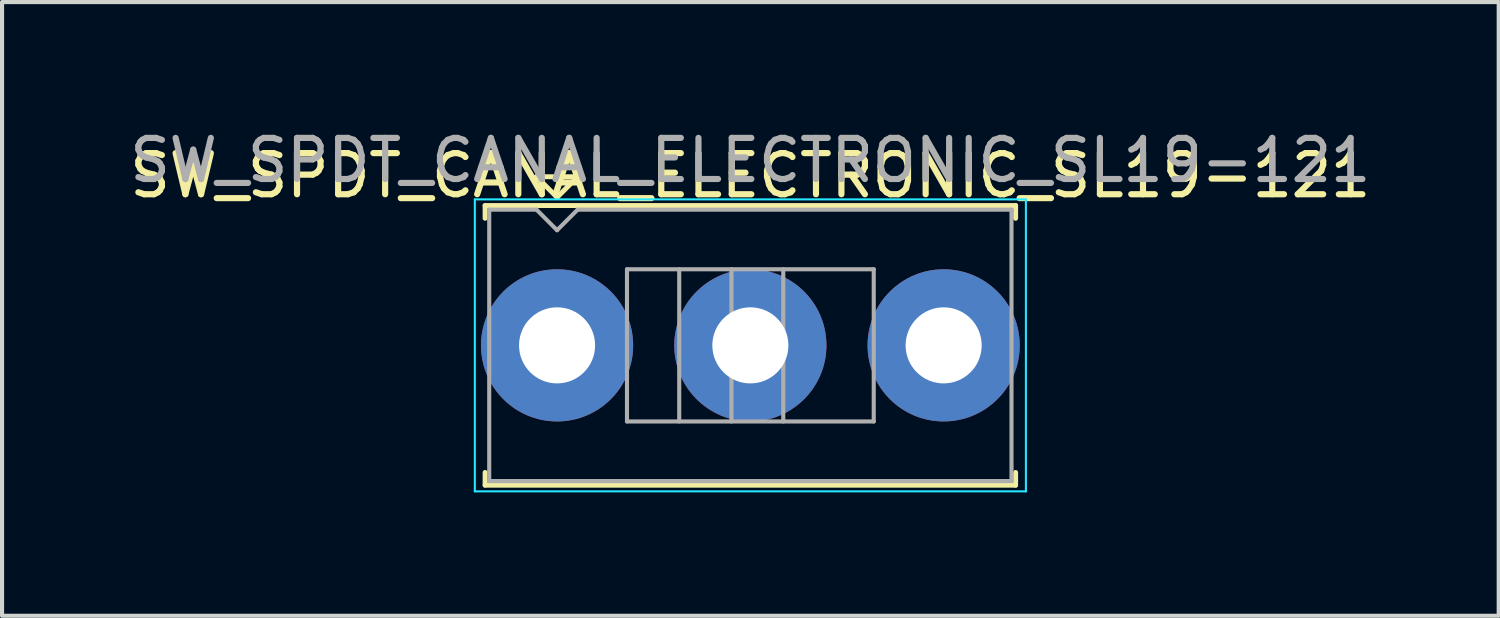
<source format=kicad_pcb>
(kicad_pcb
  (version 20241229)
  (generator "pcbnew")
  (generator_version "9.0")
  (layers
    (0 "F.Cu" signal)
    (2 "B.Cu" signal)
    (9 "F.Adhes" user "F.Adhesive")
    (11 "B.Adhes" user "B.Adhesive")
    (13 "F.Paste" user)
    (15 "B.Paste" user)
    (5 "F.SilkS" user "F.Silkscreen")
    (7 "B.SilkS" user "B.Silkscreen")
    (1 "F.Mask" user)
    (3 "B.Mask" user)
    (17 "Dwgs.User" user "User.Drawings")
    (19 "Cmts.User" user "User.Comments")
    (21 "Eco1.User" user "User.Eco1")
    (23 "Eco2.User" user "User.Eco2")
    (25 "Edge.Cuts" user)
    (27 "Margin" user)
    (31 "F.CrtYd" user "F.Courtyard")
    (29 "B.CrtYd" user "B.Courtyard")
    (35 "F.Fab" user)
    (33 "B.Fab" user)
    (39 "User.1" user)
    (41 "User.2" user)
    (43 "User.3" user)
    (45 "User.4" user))
  (footprint "SW_SPDT_CANAL_ELECTRONIC_SL19-121"
    (layer "F.Cu")
    (at 10.496 5.348)
    (property "Reference" "SW_SPDT_CANAL_ELECTRONIC_SL19-121" (at 4.7 -4.13 0) (layer "F.SilkS") (effects (font (size 1 1) (thickness 0.15))))
    (attr through_hole)
    (fp_line (start -1.75 -3.4) (end 11.15 -3.4) (stroke (width 0.12) (type solid)) (layer "F.SilkS"))
    (fp_line (start -1.75 -3.09) (end -1.75 -3.4) (stroke (width 0.12) (type solid)) (layer "F.SilkS"))
    (fp_line (start -1.75 3.4) (end -1.75 3.09) (stroke (width 0.12) (type solid)) (layer "F.SilkS"))
    (fp_line (start -0.5 -4.1) (end 0 -3.6) (stroke (width 0.12) (type solid)) (layer "F.SilkS"))
    (fp_line (start 0 -3.6) (end 0.5 -4.1) (stroke (width 0.12) (type solid)) (layer "F.SilkS"))
    (fp_line (start 0.5 -4.1) (end -0.5 -4.1) (stroke (width 0.12) (type solid)) (layer "F.SilkS"))
    (fp_line (start 11.15 -3.4) (end 11.15 -3.09) (stroke (width 0.12) (type solid)) (layer "F.SilkS"))
    (fp_line (start 11.15 3.4) (end -1.75 3.4) (stroke (width 0.12) (type solid)) (layer "F.SilkS"))
    (fp_line (start 11.15 3.4) (end 11.15 3.09) (stroke (width 0.12) (type solid)) (layer "F.SilkS"))
    (fp_line (start -2 -3.55) (end 11.4 -3.55) (stroke (width 0.05) (type solid)) (layer "B.CrtYd"))
    (fp_line (start -2 3.55) (end -2 -3.55) (stroke (width 0.05) (type solid)) (layer "B.CrtYd"))
    (fp_line (start 11.4 -3.55) (end 11.4 3.55) (stroke (width 0.05) (type solid)) (layer "B.CrtYd"))
    (fp_line (start 11.4 3.55) (end -2 3.55) (stroke (width 0.05) (type solid)) (layer "B.CrtYd"))
    (fp_line (start -1.65 -3.3) (end -0.5 -3.3) (stroke (width 0.1) (type solid)) (layer "F.Fab"))
    (fp_line (start -1.65 3.3) (end -1.65 -3.3) (stroke (width 0.1) (type solid)) (layer "F.Fab"))
    (fp_line (start -0.5 -3.3) (end 0 -2.8) (stroke (width 0.1) (type solid)) (layer "F.Fab"))
    (fp_line (start 0 -2.8) (end 0.5 -3.3) (stroke (width 0.1) (type solid)) (layer "F.Fab"))
    (fp_line (start 0.5 -3.3) (end 11.05 -3.3) (stroke (width 0.1) (type solid)) (layer "F.Fab"))
    (fp_line (start 1.7 -1.85) (end 1.7 1.85) (stroke (width 0.1) (type solid)) (layer "F.Fab"))
    (fp_line (start 1.7 -1.85) (end 7.7 -1.85) (stroke (width 0.1) (type solid)) (layer "F.Fab"))
    (fp_line (start 1.7 1.85) (end 7.7 1.85) (stroke (width 0.1) (type solid)) (layer "F.Fab"))
    (fp_line (start 2.97 -1.85) (end 2.97 1.85) (stroke (width 0.1) (type solid)) (layer "F.Fab"))
    (fp_line (start 4.24 -1.85) (end 4.24 1.85) (stroke (width 0.1) (type solid)) (layer "F.Fab"))
    (fp_line (start 5.5 -1.85) (end 5.5 1.85) (stroke (width 0.1) (type solid)) (layer "F.Fab"))
    (fp_line (start 7.7 -1.85) (end 7.7 1.85) (stroke (width 0.1) (type solid)) (layer "F.Fab"))
    (fp_line (start 11.05 -3.3) (end 11.05 3.3) (stroke (width 0.1) (type solid)) (layer "F.Fab"))
    (fp_line (start 11.05 3.3) (end -1.65 3.3) (stroke (width 0.1) (type solid)) (layer "F.Fab"))
    (fp_text user "${REFERENCE}" (at 4.7 -4.5 0) (layer "F.Fab") (effects (font (size 1 1) (thickness 0.15))))
    (pad "1" thru_hole circle (at 0 0) (size 3.7 3.7) (drill 1.85) (layers "*.Cu" "*.Mask"))
    (pad "2" thru_hole circle (at 4.7 0) (size 3.7 3.7) (drill 1.85) (layers "*.Cu" "*.Mask"))
    (pad "3" thru_hole circle (at 9.4 0) (size 3.7 3.7) (drill 1.85) (layers "*.Cu" "*.Mask")))
  (gr_rect
    (start -3 -3)
    (end 33.393 11.923)
    (stroke (width 0.1) (type default))
    (fill no)
    (layer "Edge.Cuts")))
</source>
